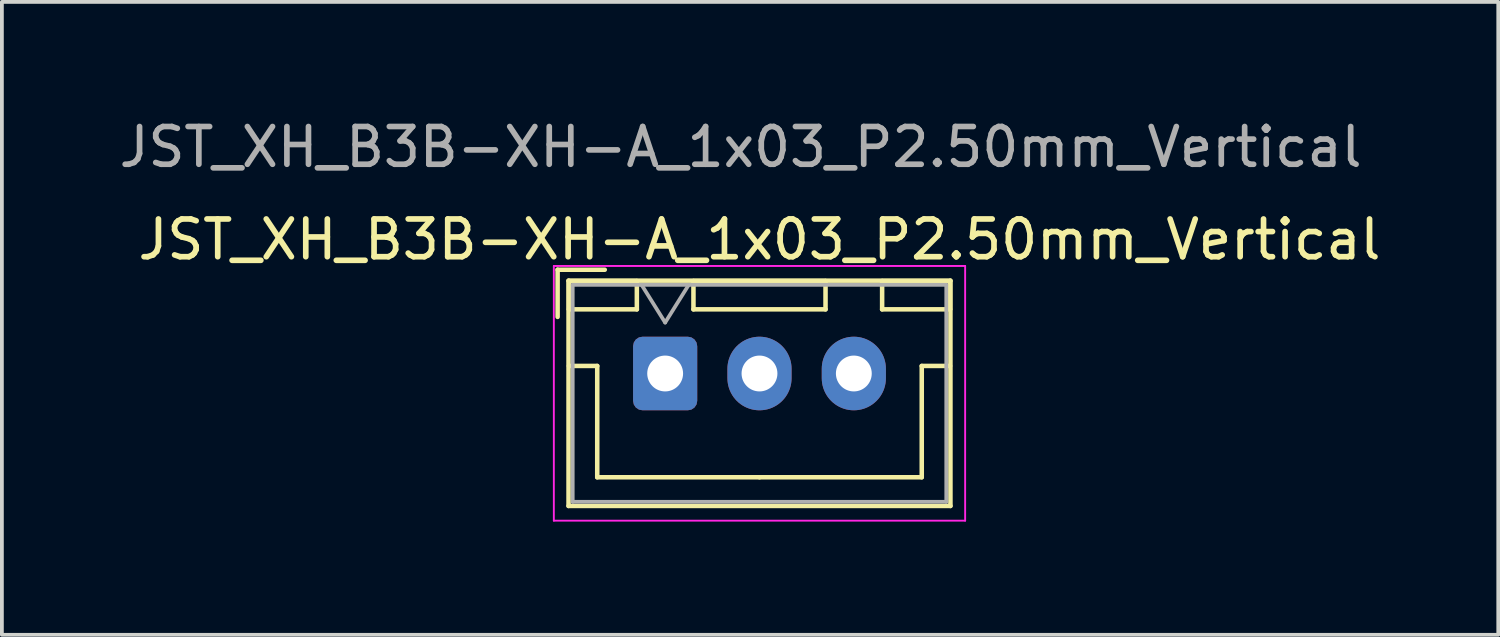
<source format=kicad_pcb>
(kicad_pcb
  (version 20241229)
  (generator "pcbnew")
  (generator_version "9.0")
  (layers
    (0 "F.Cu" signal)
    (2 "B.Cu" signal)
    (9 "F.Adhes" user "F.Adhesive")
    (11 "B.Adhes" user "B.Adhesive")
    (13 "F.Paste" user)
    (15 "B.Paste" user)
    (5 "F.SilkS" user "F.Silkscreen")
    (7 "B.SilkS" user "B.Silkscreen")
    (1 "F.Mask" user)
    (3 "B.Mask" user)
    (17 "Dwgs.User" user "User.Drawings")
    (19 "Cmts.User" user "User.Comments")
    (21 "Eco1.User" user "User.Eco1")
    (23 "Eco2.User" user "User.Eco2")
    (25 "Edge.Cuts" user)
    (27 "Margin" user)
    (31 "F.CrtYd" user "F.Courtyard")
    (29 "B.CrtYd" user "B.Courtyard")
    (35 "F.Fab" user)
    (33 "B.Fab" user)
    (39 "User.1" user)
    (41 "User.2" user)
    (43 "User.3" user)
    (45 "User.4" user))
  (footprint "JST_XH_B3B-XH-A_1x03_P2.50mm_Vertical"
    (layer "F.Cu")
    (at 14.577 6.848)
    (property "Reference" "JST_XH_B3B-XH-A_1x03_P2.50mm_Vertical" (at 2.5 -3.55 0) (layer "F.SilkS") (effects (font (size 1 1) (thickness 0.15))))
    (attr through_hole)
    (fp_line (start -2.85 -2.75) (end -2.85 -1.5) (stroke (width 0.12) (type solid)) (layer "F.SilkS"))
    (fp_line (start -2.56 -2.46) (end -2.56 3.51) (stroke (width 0.12) (type solid)) (layer "F.SilkS"))
    (fp_line (start -2.56 3.51) (end 7.56 3.51) (stroke (width 0.12) (type solid)) (layer "F.SilkS"))
    (fp_line (start -2.55 -2.45) (end -2.55 -1.7) (stroke (width 0.12) (type solid)) (layer "F.SilkS"))
    (fp_line (start -2.55 -1.7) (end -0.75 -1.7) (stroke (width 0.12) (type solid)) (layer "F.SilkS"))
    (fp_line (start -2.55 -0.2) (end -1.8 -0.2) (stroke (width 0.12) (type solid)) (layer "F.SilkS"))
    (fp_line (start -1.8 -0.2) (end -1.8 2.75) (stroke (width 0.12) (type solid)) (layer "F.SilkS"))
    (fp_line (start -1.8 2.75) (end 2.5 2.75) (stroke (width 0.12) (type solid)) (layer "F.SilkS"))
    (fp_line (start -1.6 -2.75) (end -2.85 -2.75) (stroke (width 0.12) (type solid)) (layer "F.SilkS"))
    (fp_line (start -0.75 -2.45) (end -2.55 -2.45) (stroke (width 0.12) (type solid)) (layer "F.SilkS"))
    (fp_line (start -0.75 -1.7) (end -0.75 -2.45) (stroke (width 0.12) (type solid)) (layer "F.SilkS"))
    (fp_line (start 0.75 -2.45) (end 0.75 -1.7) (stroke (width 0.12) (type solid)) (layer "F.SilkS"))
    (fp_line (start 0.75 -1.7) (end 4.25 -1.7) (stroke (width 0.12) (type solid)) (layer "F.SilkS"))
    (fp_line (start 4.25 -2.45) (end 0.75 -2.45) (stroke (width 0.12) (type solid)) (layer "F.SilkS"))
    (fp_line (start 4.25 -1.7) (end 4.25 -2.45) (stroke (width 0.12) (type solid)) (layer "F.SilkS"))
    (fp_line (start 5.75 -2.45) (end 5.75 -1.7) (stroke (width 0.12) (type solid)) (layer "F.SilkS"))
    (fp_line (start 5.75 -1.7) (end 7.55 -1.7) (stroke (width 0.12) (type solid)) (layer "F.SilkS"))
    (fp_line (start 6.8 -0.2) (end 6.8 2.75) (stroke (width 0.12) (type solid)) (layer "F.SilkS"))
    (fp_line (start 6.8 2.75) (end 2.5 2.75) (stroke (width 0.12) (type solid)) (layer "F.SilkS"))
    (fp_line (start 7.55 -2.45) (end 5.75 -2.45) (stroke (width 0.12) (type solid)) (layer "F.SilkS"))
    (fp_line (start 7.55 -1.7) (end 7.55 -2.45) (stroke (width 0.12) (type solid)) (layer "F.SilkS"))
    (fp_line (start 7.55 -0.2) (end 6.8 -0.2) (stroke (width 0.12) (type solid)) (layer "F.SilkS"))
    (fp_line (start 7.56 -2.46) (end -2.56 -2.46) (stroke (width 0.12) (type solid)) (layer "F.SilkS"))
    (fp_line (start 7.56 3.51) (end 7.56 -2.46) (stroke (width 0.12) (type solid)) (layer "F.SilkS"))
    (fp_line (start -2.95 -2.85) (end -2.95 3.9) (stroke (width 0.05) (type solid)) (layer "F.CrtYd"))
    (fp_line (start -2.95 3.9) (end 7.95 3.9) (stroke (width 0.05) (type solid)) (layer "F.CrtYd"))
    (fp_line (start 7.95 -2.85) (end -2.95 -2.85) (stroke (width 0.05) (type solid)) (layer "F.CrtYd"))
    (fp_line (start 7.95 3.9) (end 7.95 -2.85) (stroke (width 0.05) (type solid)) (layer "F.CrtYd"))
    (fp_line (start -2.45 -2.35) (end -2.45 3.4) (stroke (width 0.1) (type solid)) (layer "F.Fab"))
    (fp_line (start -2.45 3.4) (end 7.45 3.4) (stroke (width 0.1) (type solid)) (layer "F.Fab"))
    (fp_line (start -0.625 -2.35) (end 0 -1.35) (stroke (width 0.1) (type solid)) (layer "F.Fab"))
    (fp_line (start 0 -1.35) (end 0.625 -2.35) (stroke (width 0.1) (type solid)) (layer "F.Fab"))
    (fp_line (start 7.45 -2.35) (end -2.45 -2.35) (stroke (width 0.1) (type solid)) (layer "F.Fab"))
    (fp_line (start 7.45 3.4) (end 7.45 -2.35) (stroke (width 0.1) (type solid)) (layer "F.Fab"))
    (fp_text user "${REFERENCE}" (at 2 -6 0) (layer "F.Fab") (effects (font (size 1 1) (thickness 0.15))))
    (pad "1" thru_hole roundrect (at 0 0) (size 1.7 1.95) (drill 0.95) (layers "*.Cu" "*.Mask") (roundrect_rratio 0.147))
    (pad "2" thru_hole oval (at 2.5 0) (size 1.7 1.95) (drill 0.95) (layers "*.Cu" "*.Mask"))
    (pad "3" thru_hole oval (at 5 0) (size 1.7 1.95) (drill 0.95) (layers "*.Cu" "*.Mask")))
  (gr_rect
    (start -3 -3)
    (end 36.655 13.773)
    (stroke (width 0.1) (type default))
    (fill no)
    (layer "Edge.Cuts")))
</source>
